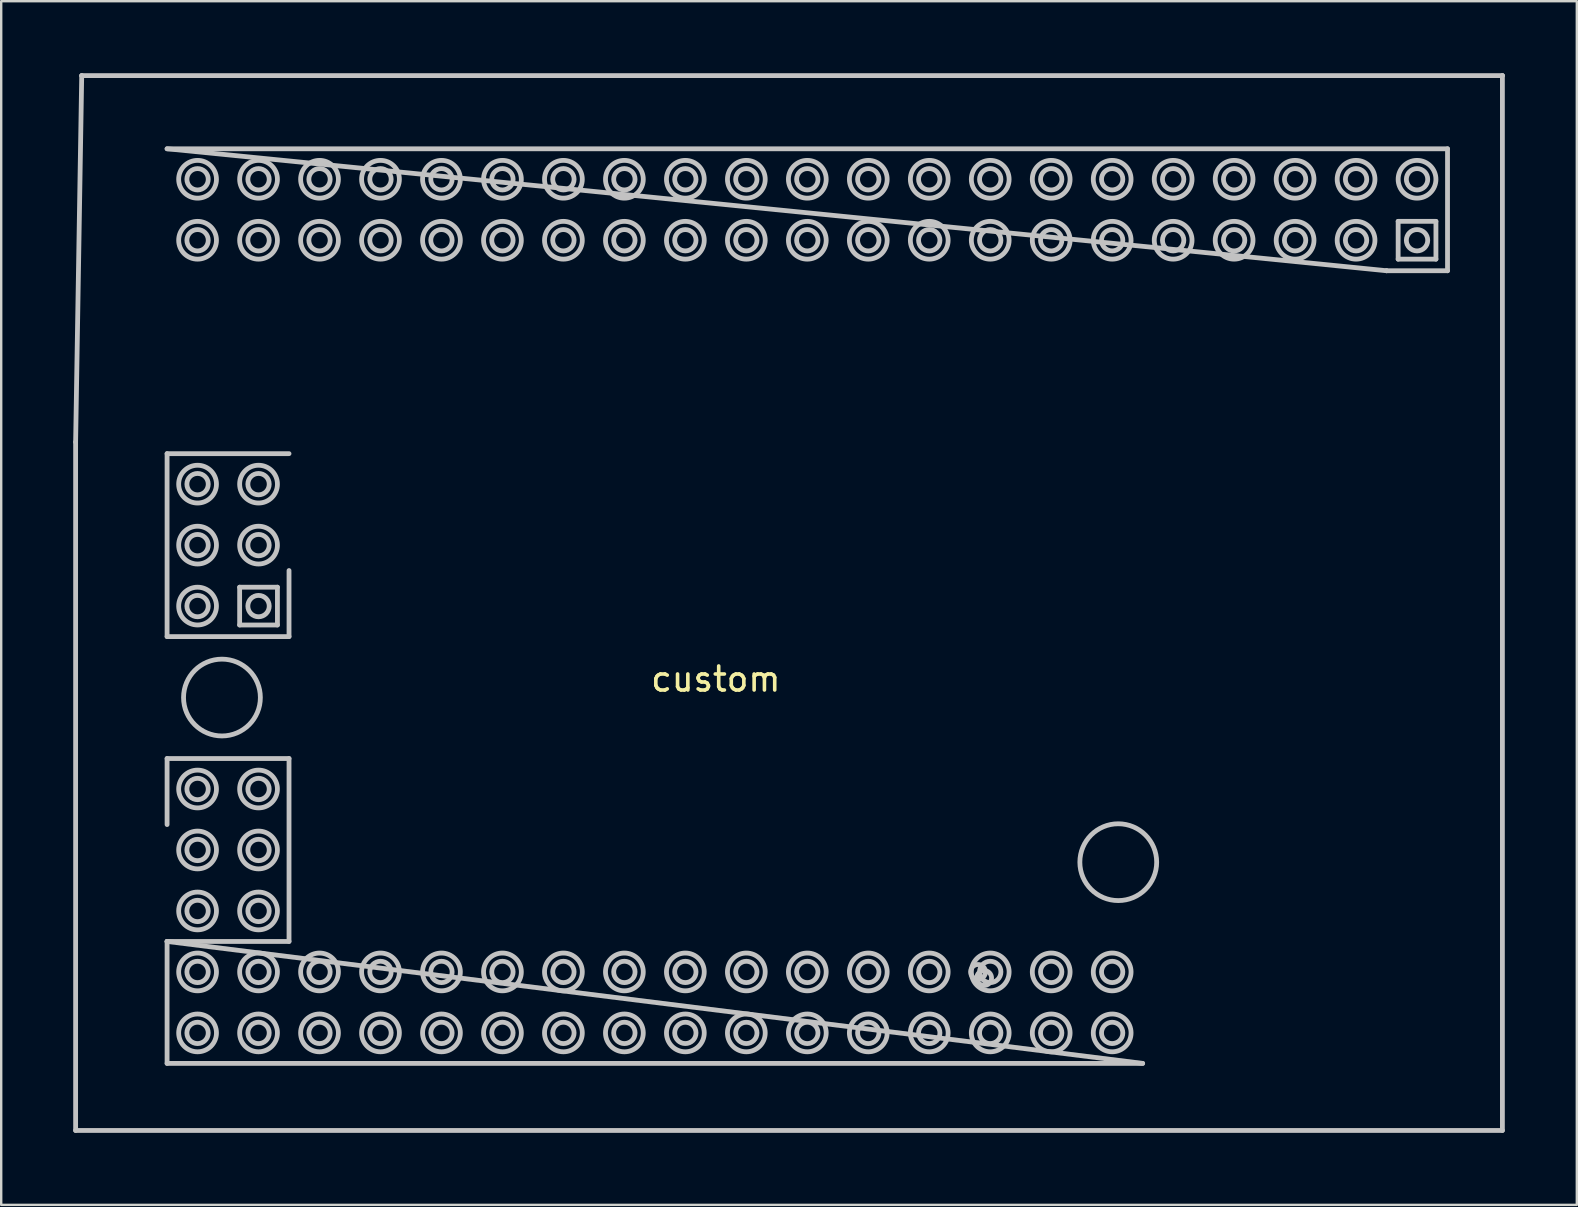
<source format=kicad_pcb>
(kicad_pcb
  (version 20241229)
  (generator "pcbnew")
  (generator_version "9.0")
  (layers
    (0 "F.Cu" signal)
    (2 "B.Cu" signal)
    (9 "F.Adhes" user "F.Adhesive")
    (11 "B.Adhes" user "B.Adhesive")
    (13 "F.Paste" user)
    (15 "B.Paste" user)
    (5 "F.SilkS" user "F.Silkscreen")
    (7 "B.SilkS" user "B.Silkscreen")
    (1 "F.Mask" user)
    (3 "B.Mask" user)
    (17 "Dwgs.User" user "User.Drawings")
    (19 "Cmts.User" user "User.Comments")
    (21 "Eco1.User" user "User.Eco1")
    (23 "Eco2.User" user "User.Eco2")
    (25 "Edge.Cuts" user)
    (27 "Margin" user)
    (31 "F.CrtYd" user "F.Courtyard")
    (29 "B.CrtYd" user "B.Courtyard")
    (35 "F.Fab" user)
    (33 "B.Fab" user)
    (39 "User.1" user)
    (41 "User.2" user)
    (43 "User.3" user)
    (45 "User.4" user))
  (footprint "custom"
    (layer "F.Cu")
    (at 26.77 24.738)
    (property "Reference" "custom" (at 0 0.5 0) (layer "F.SilkS") (effects (font (size 1 1) (thickness 0.15))))
    (attr through_hole)
    (fp_line (start -26.67 -9.375) (end -26.416 -24.638) (stroke (width 0.2) (type solid)) (layer "Dwgs.User"))
    (fp_line (start -26.67 19.304) (end -26.67 -9.375) (stroke (width 0.2) (type solid)) (layer "Dwgs.User"))
    (fp_line (start -26.416 -24.638) (end -26.416 -24.638) (stroke (width 0.2) (type solid)) (layer "Dwgs.User"))
    (fp_line (start -26.416 -24.638) (end 32.766 -24.638) (stroke (width 0.2) (type solid)) (layer "Dwgs.User"))
    (fp_line (start -22.86 -21.59) (end 27.94 -16.51) (stroke (width 0.2) (type solid)) (layer "Dwgs.User"))
    (fp_line (start -22.86 -8.89) (end -22.86 -1.27) (stroke (width 0.2) (type solid)) (layer "Dwgs.User"))
    (fp_line (start -22.86 -1.27) (end -17.78 -1.27) (stroke (width 0.2) (type solid)) (layer "Dwgs.User"))
    (fp_line (start -22.86 3.81) (end -22.86 6.561) (stroke (width 0.2) (type solid)) (layer "Dwgs.User"))
    (fp_line (start -22.86 11.43) (end -22.86 11.43) (stroke (width 0.2) (type solid)) (layer "Dwgs.User"))
    (fp_line (start -22.86 11.43) (end -22.86 16.51) (stroke (width 0.2) (type solid)) (layer "Dwgs.User"))
    (fp_line (start -22.86 11.43) (end -17.78 11.43) (stroke (width 0.2) (type solid)) (layer "Dwgs.User"))
    (fp_line (start -22.86 16.51) (end 17.78 16.51) (stroke (width 0.2) (type solid)) (layer "Dwgs.User"))
    (fp_line (start -19.837 -3.327) (end -18.263 -3.327) (stroke (width 0.2) (type solid)) (layer "Dwgs.User"))
    (fp_line (start -19.837 -1.753) (end -19.837 -3.327) (stroke (width 0.2) (type solid)) (layer "Dwgs.User"))
    (fp_line (start -18.263 -3.327) (end -18.263 -1.753) (stroke (width 0.2) (type solid)) (layer "Dwgs.User"))
    (fp_line (start -18.263 -1.753) (end -19.837 -1.753) (stroke (width 0.2) (type solid)) (layer "Dwgs.User"))
    (fp_line (start -17.78 -8.89) (end -22.86 -8.89) (stroke (width 0.2) (type solid)) (layer "Dwgs.User"))
    (fp_line (start -17.78 -1.27) (end -17.78 -4.021) (stroke (width 0.2) (type solid)) (layer "Dwgs.User"))
    (fp_line (start -17.78 3.81) (end -22.86 3.81) (stroke (width 0.2) (type solid)) (layer "Dwgs.User"))
    (fp_line (start -17.78 11.43) (end -17.78 3.81) (stroke (width 0.2) (type solid)) (layer "Dwgs.User"))
    (fp_line (start 17.78 16.51) (end -22.86 11.43) (stroke (width 0.2) (type solid)) (layer "Dwgs.User"))
    (fp_line (start 27.94 -16.51) (end 27.94 -16.51) (stroke (width 0.2) (type solid)) (layer "Dwgs.User"))
    (fp_line (start 27.94 -16.51) (end 30.48 -16.51) (stroke (width 0.2) (type solid)) (layer "Dwgs.User"))
    (fp_line (start 28.423 -18.567) (end 29.997 -18.567) (stroke (width 0.2) (type solid)) (layer "Dwgs.User"))
    (fp_line (start 28.423 -16.993) (end 28.423 -18.567) (stroke (width 0.2) (type solid)) (layer "Dwgs.User"))
    (fp_line (start 29.997 -18.567) (end 29.997 -16.993) (stroke (width 0.2) (type solid)) (layer "Dwgs.User"))
    (fp_line (start 29.997 -16.993) (end 28.423 -16.993) (stroke (width 0.2) (type solid)) (layer "Dwgs.User"))
    (fp_line (start 30.48 -21.59) (end -22.86 -21.59) (stroke (width 0.2) (type solid)) (layer "Dwgs.User"))
    (fp_line (start 30.48 -16.51) (end 30.48 -21.59) (stroke (width 0.2) (type solid)) (layer "Dwgs.User"))
    (fp_line (start 32.766 -24.638) (end 32.766 -24.638) (stroke (width 0.2) (type solid)) (layer "Dwgs.User"))
    (fp_line (start 32.766 -24.638) (end 32.766 19.304) (stroke (width 0.2) (type solid)) (layer "Dwgs.User"))
    (fp_line (start 32.766 19.304) (end -26.67 19.304) (stroke (width 0.2) (type solid)) (layer "Dwgs.User"))
    (fp_circle (center -21.59 -20.32) (end -21.145 -20.32) (stroke (width 0.2) (type solid)) (fill no) (layer "Dwgs.User"))
    (fp_circle (center -21.59 -20.32) (end -20.803 -20.32) (stroke (width 0.2) (type solid)) (fill no) (layer "Dwgs.User"))
    (fp_circle (center -21.59 -17.78) (end -21.145 -17.78) (stroke (width 0.2) (type solid)) (fill no) (layer "Dwgs.User"))
    (fp_circle (center -21.59 -17.78) (end -20.803 -17.78) (stroke (width 0.2) (type solid)) (fill no) (layer "Dwgs.User"))
    (fp_circle (center -21.59 -7.62) (end -21.145 -7.62) (stroke (width 0.2) (type solid)) (fill no) (layer "Dwgs.User"))
    (fp_circle (center -21.59 -7.62) (end -20.803 -7.62) (stroke (width 0.2) (type solid)) (fill no) (layer "Dwgs.User"))
    (fp_circle (center -21.59 -5.08) (end -21.145 -5.08) (stroke (width 0.2) (type solid)) (fill no) (layer "Dwgs.User"))
    (fp_circle (center -21.59 -5.08) (end -20.803 -5.08) (stroke (width 0.2) (type solid)) (fill no) (layer "Dwgs.User"))
    (fp_circle (center -21.59 -2.54) (end -21.145 -2.54) (stroke (width 0.2) (type solid)) (fill no) (layer "Dwgs.User"))
    (fp_circle (center -21.59 -2.54) (end -20.803 -2.54) (stroke (width 0.2) (type solid)) (fill no) (layer "Dwgs.User"))
    (fp_circle (center -21.59 5.08) (end -21.145 5.08) (stroke (width 0.2) (type solid)) (fill no) (layer "Dwgs.User"))
    (fp_circle (center -21.59 5.08) (end -20.803 5.08) (stroke (width 0.2) (type solid)) (fill no) (layer "Dwgs.User"))
    (fp_circle (center -21.59 7.62) (end -21.145 7.62) (stroke (width 0.2) (type solid)) (fill no) (layer "Dwgs.User"))
    (fp_circle (center -21.59 7.62) (end -20.803 7.62) (stroke (width 0.2) (type solid)) (fill no) (layer "Dwgs.User"))
    (fp_circle (center -21.59 10.16) (end -21.145 10.16) (stroke (width 0.2) (type solid)) (fill no) (layer "Dwgs.User"))
    (fp_circle (center -21.59 10.16) (end -20.803 10.16) (stroke (width 0.2) (type solid)) (fill no) (layer "Dwgs.User"))
    (fp_circle (center -21.59 12.7) (end -21.145 12.7) (stroke (width 0.2) (type solid)) (fill no) (layer "Dwgs.User"))
    (fp_circle (center -21.59 12.7) (end -20.803 12.7) (stroke (width 0.2) (type solid)) (fill no) (layer "Dwgs.User"))
    (fp_circle (center -21.59 15.24) (end -21.145 15.24) (stroke (width 0.2) (type solid)) (fill no) (layer "Dwgs.User"))
    (fp_circle (center -21.59 15.24) (end -20.803 15.24) (stroke (width 0.2) (type solid)) (fill no) (layer "Dwgs.User"))
    (fp_circle (center -20.574 1.27) (end -18.974 1.27) (stroke (width 0.2) (type solid)) (fill no) (layer "Dwgs.User"))
    (fp_circle (center -19.05 -20.32) (end -18.605 -20.32) (stroke (width 0.2) (type solid)) (fill no) (layer "Dwgs.User"))
    (fp_circle (center -19.05 -20.32) (end -18.263 -20.32) (stroke (width 0.2) (type solid)) (fill no) (layer "Dwgs.User"))
    (fp_circle (center -19.05 -17.78) (end -18.605 -17.78) (stroke (width 0.2) (type solid)) (fill no) (layer "Dwgs.User"))
    (fp_circle (center -19.05 -17.78) (end -18.263 -17.78) (stroke (width 0.2) (type solid)) (fill no) (layer "Dwgs.User"))
    (fp_circle (center -19.05 -7.62) (end -18.605 -7.62) (stroke (width 0.2) (type solid)) (fill no) (layer "Dwgs.User"))
    (fp_circle (center -19.05 -7.62) (end -18.263 -7.62) (stroke (width 0.2) (type solid)) (fill no) (layer "Dwgs.User"))
    (fp_circle (center -19.05 -5.08) (end -18.605 -5.08) (stroke (width 0.2) (type solid)) (fill no) (layer "Dwgs.User"))
    (fp_circle (center -19.05 -5.08) (end -18.263 -5.08) (stroke (width 0.2) (type solid)) (fill no) (layer "Dwgs.User"))
    (fp_circle (center -19.05 -2.54) (end -18.605 -2.54) (stroke (width 0.2) (type solid)) (fill no) (layer "Dwgs.User"))
    (fp_circle (center -19.05 5.08) (end -18.605 5.08) (stroke (width 0.2) (type solid)) (fill no) (layer "Dwgs.User"))
    (fp_circle (center -19.05 5.08) (end -18.263 5.08) (stroke (width 0.2) (type solid)) (fill no) (layer "Dwgs.User"))
    (fp_circle (center -19.05 7.62) (end -18.605 7.62) (stroke (width 0.2) (type solid)) (fill no) (layer "Dwgs.User"))
    (fp_circle (center -19.05 7.62) (end -18.263 7.62) (stroke (width 0.2) (type solid)) (fill no) (layer "Dwgs.User"))
    (fp_circle (center -19.05 10.16) (end -18.605 10.16) (stroke (width 0.2) (type solid)) (fill no) (layer "Dwgs.User"))
    (fp_circle (center -19.05 10.16) (end -18.263 10.16) (stroke (width 0.2) (type solid)) (fill no) (layer "Dwgs.User"))
    (fp_circle (center -19.05 12.7) (end -18.605 12.7) (stroke (width 0.2) (type solid)) (fill no) (layer "Dwgs.User"))
    (fp_circle (center -19.05 12.7) (end -18.263 12.7) (stroke (width 0.2) (type solid)) (fill no) (layer "Dwgs.User"))
    (fp_circle (center -19.05 15.24) (end -18.605 15.24) (stroke (width 0.2) (type solid)) (fill no) (layer "Dwgs.User"))
    (fp_circle (center -19.05 15.24) (end -18.263 15.24) (stroke (width 0.2) (type solid)) (fill no) (layer "Dwgs.User"))
    (fp_circle (center -16.51 -20.32) (end -16.066 -20.32) (stroke (width 0.2) (type solid)) (fill no) (layer "Dwgs.User"))
    (fp_circle (center -16.51 -20.32) (end -15.723 -20.32) (stroke (width 0.2) (type solid)) (fill no) (layer "Dwgs.User"))
    (fp_circle (center -16.51 -17.78) (end -16.066 -17.78) (stroke (width 0.2) (type solid)) (fill no) (layer "Dwgs.User"))
    (fp_circle (center -16.51 -17.78) (end -15.723 -17.78) (stroke (width 0.2) (type solid)) (fill no) (layer "Dwgs.User"))
    (fp_circle (center -16.51 12.7) (end -16.066 12.7) (stroke (width 0.2) (type solid)) (fill no) (layer "Dwgs.User"))
    (fp_circle (center -16.51 12.7) (end -15.723 12.7) (stroke (width 0.2) (type solid)) (fill no) (layer "Dwgs.User"))
    (fp_circle (center -16.51 15.24) (end -16.066 15.24) (stroke (width 0.2) (type solid)) (fill no) (layer "Dwgs.User"))
    (fp_circle (center -16.51 15.24) (end -15.723 15.24) (stroke (width 0.2) (type solid)) (fill no) (layer "Dwgs.User"))
    (fp_circle (center -13.97 -20.32) (end -13.525 -20.32) (stroke (width 0.2) (type solid)) (fill no) (layer "Dwgs.User"))
    (fp_circle (center -13.97 -20.32) (end -13.183 -20.32) (stroke (width 0.2) (type solid)) (fill no) (layer "Dwgs.User"))
    (fp_circle (center -13.97 -17.78) (end -13.525 -17.78) (stroke (width 0.2) (type solid)) (fill no) (layer "Dwgs.User"))
    (fp_circle (center -13.97 -17.78) (end -13.183 -17.78) (stroke (width 0.2) (type solid)) (fill no) (layer "Dwgs.User"))
    (fp_circle (center -13.97 12.7) (end -13.525 12.7) (stroke (width 0.2) (type solid)) (fill no) (layer "Dwgs.User"))
    (fp_circle (center -13.97 12.7) (end -13.183 12.7) (stroke (width 0.2) (type solid)) (fill no) (layer "Dwgs.User"))
    (fp_circle (center -13.97 15.24) (end -13.525 15.24) (stroke (width 0.2) (type solid)) (fill no) (layer "Dwgs.User"))
    (fp_circle (center -13.97 15.24) (end -13.183 15.24) (stroke (width 0.2) (type solid)) (fill no) (layer "Dwgs.User"))
    (fp_circle (center -11.43 -20.32) (end -10.985 -20.32) (stroke (width 0.2) (type solid)) (fill no) (layer "Dwgs.User"))
    (fp_circle (center -11.43 -20.32) (end -10.643 -20.32) (stroke (width 0.2) (type solid)) (fill no) (layer "Dwgs.User"))
    (fp_circle (center -11.43 -17.78) (end -10.985 -17.78) (stroke (width 0.2) (type solid)) (fill no) (layer "Dwgs.User"))
    (fp_circle (center -11.43 -17.78) (end -10.643 -17.78) (stroke (width 0.2) (type solid)) (fill no) (layer "Dwgs.User"))
    (fp_circle (center -11.43 12.7) (end -10.985 12.7) (stroke (width 0.2) (type solid)) (fill no) (layer "Dwgs.User"))
    (fp_circle (center -11.43 12.7) (end -10.643 12.7) (stroke (width 0.2) (type solid)) (fill no) (layer "Dwgs.User"))
    (fp_circle (center -11.43 15.24) (end -10.985 15.24) (stroke (width 0.2) (type solid)) (fill no) (layer "Dwgs.User"))
    (fp_circle (center -11.43 15.24) (end -10.643 15.24) (stroke (width 0.2) (type solid)) (fill no) (layer "Dwgs.User"))
    (fp_circle (center -8.89 -20.32) (end -8.445 -20.32) (stroke (width 0.2) (type solid)) (fill no) (layer "Dwgs.User"))
    (fp_circle (center -8.89 -20.32) (end -8.103 -20.32) (stroke (width 0.2) (type solid)) (fill no) (layer "Dwgs.User"))
    (fp_circle (center -8.89 -17.78) (end -8.445 -17.78) (stroke (width 0.2) (type solid)) (fill no) (layer "Dwgs.User"))
    (fp_circle (center -8.89 -17.78) (end -8.103 -17.78) (stroke (width 0.2) (type solid)) (fill no) (layer "Dwgs.User"))
    (fp_circle (center -8.89 12.7) (end -8.445 12.7) (stroke (width 0.2) (type solid)) (fill no) (layer "Dwgs.User"))
    (fp_circle (center -8.89 12.7) (end -8.103 12.7) (stroke (width 0.2) (type solid)) (fill no) (layer "Dwgs.User"))
    (fp_circle (center -8.89 15.24) (end -8.445 15.24) (stroke (width 0.2) (type solid)) (fill no) (layer "Dwgs.User"))
    (fp_circle (center -8.89 15.24) (end -8.103 15.24) (stroke (width 0.2) (type solid)) (fill no) (layer "Dwgs.User"))
    (fp_circle (center -6.35 -20.32) (end -5.905 -20.32) (stroke (width 0.2) (type solid)) (fill no) (layer "Dwgs.User"))
    (fp_circle (center -6.35 -20.32) (end -5.563 -20.32) (stroke (width 0.2) (type solid)) (fill no) (layer "Dwgs.User"))
    (fp_circle (center -6.35 -17.78) (end -5.905 -17.78) (stroke (width 0.2) (type solid)) (fill no) (layer "Dwgs.User"))
    (fp_circle (center -6.35 -17.78) (end -5.563 -17.78) (stroke (width 0.2) (type solid)) (fill no) (layer "Dwgs.User"))
    (fp_circle (center -6.35 12.7) (end -5.905 12.7) (stroke (width 0.2) (type solid)) (fill no) (layer "Dwgs.User"))
    (fp_circle (center -6.35 12.7) (end -5.563 12.7) (stroke (width 0.2) (type solid)) (fill no) (layer "Dwgs.User"))
    (fp_circle (center -6.35 15.24) (end -5.905 15.24) (stroke (width 0.2) (type solid)) (fill no) (layer "Dwgs.User"))
    (fp_circle (center -6.35 15.24) (end -5.563 15.24) (stroke (width 0.2) (type solid)) (fill no) (layer "Dwgs.User"))
    (fp_circle (center -3.81 -20.32) (end -3.365 -20.32) (stroke (width 0.2) (type solid)) (fill no) (layer "Dwgs.User"))
    (fp_circle (center -3.81 -20.32) (end -3.023 -20.32) (stroke (width 0.2) (type solid)) (fill no) (layer "Dwgs.User"))
    (fp_circle (center -3.81 -17.78) (end -3.365 -17.78) (stroke (width 0.2) (type solid)) (fill no) (layer "Dwgs.User"))
    (fp_circle (center -3.81 -17.78) (end -3.023 -17.78) (stroke (width 0.2) (type solid)) (fill no) (layer "Dwgs.User"))
    (fp_circle (center -3.81 12.7) (end -3.365 12.7) (stroke (width 0.2) (type solid)) (fill no) (layer "Dwgs.User"))
    (fp_circle (center -3.81 12.7) (end -3.023 12.7) (stroke (width 0.2) (type solid)) (fill no) (layer "Dwgs.User"))
    (fp_circle (center -3.81 15.24) (end -3.365 15.24) (stroke (width 0.2) (type solid)) (fill no) (layer "Dwgs.User"))
    (fp_circle (center -3.81 15.24) (end -3.023 15.24) (stroke (width 0.2) (type solid)) (fill no) (layer "Dwgs.User"))
    (fp_circle (center -1.27 -20.32) (end -0.826 -20.32) (stroke (width 0.2) (type solid)) (fill no) (layer "Dwgs.User"))
    (fp_circle (center -1.27 -20.32) (end -0.483 -20.32) (stroke (width 0.2) (type solid)) (fill no) (layer "Dwgs.User"))
    (fp_circle (center -1.27 -17.78) (end -0.826 -17.78) (stroke (width 0.2) (type solid)) (fill no) (layer "Dwgs.User"))
    (fp_circle (center -1.27 -17.78) (end -0.483 -17.78) (stroke (width 0.2) (type solid)) (fill no) (layer "Dwgs.User"))
    (fp_circle (center -1.27 12.7) (end -0.826 12.7) (stroke (width 0.2) (type solid)) (fill no) (layer "Dwgs.User"))
    (fp_circle (center -1.27 12.7) (end -0.483 12.7) (stroke (width 0.2) (type solid)) (fill no) (layer "Dwgs.User"))
    (fp_circle (center -1.27 15.24) (end -0.826 15.24) (stroke (width 0.2) (type solid)) (fill no) (layer "Dwgs.User"))
    (fp_circle (center -1.27 15.24) (end -0.483 15.24) (stroke (width 0.2) (type solid)) (fill no) (layer "Dwgs.User"))
    (fp_circle (center 1.27 -20.32) (end 1.714 -20.32) (stroke (width 0.2) (type solid)) (fill no) (layer "Dwgs.User"))
    (fp_circle (center 1.27 -20.32) (end 2.057 -20.32) (stroke (width 0.2) (type solid)) (fill no) (layer "Dwgs.User"))
    (fp_circle (center 1.27 -17.78) (end 1.714 -17.78) (stroke (width 0.2) (type solid)) (fill no) (layer "Dwgs.User"))
    (fp_circle (center 1.27 -17.78) (end 2.057 -17.78) (stroke (width 0.2) (type solid)) (fill no) (layer "Dwgs.User"))
    (fp_circle (center 1.27 12.7) (end 1.714 12.7) (stroke (width 0.2) (type solid)) (fill no) (layer "Dwgs.User"))
    (fp_circle (center 1.27 12.7) (end 2.057 12.7) (stroke (width 0.2) (type solid)) (fill no) (layer "Dwgs.User"))
    (fp_circle (center 1.27 15.24) (end 1.714 15.24) (stroke (width 0.2) (type solid)) (fill no) (layer "Dwgs.User"))
    (fp_circle (center 1.27 15.24) (end 2.057 15.24) (stroke (width 0.2) (type solid)) (fill no) (layer "Dwgs.User"))
    (fp_circle (center 3.81 -20.32) (end 4.255 -20.32) (stroke (width 0.2) (type solid)) (fill no) (layer "Dwgs.User"))
    (fp_circle (center 3.81 -20.32) (end 4.597 -20.32) (stroke (width 0.2) (type solid)) (fill no) (layer "Dwgs.User"))
    (fp_circle (center 3.81 -17.78) (end 4.255 -17.78) (stroke (width 0.2) (type solid)) (fill no) (layer "Dwgs.User"))
    (fp_circle (center 3.81 -17.78) (end 4.597 -17.78) (stroke (width 0.2) (type solid)) (fill no) (layer "Dwgs.User"))
    (fp_circle (center 3.81 12.7) (end 4.255 12.7) (stroke (width 0.2) (type solid)) (fill no) (layer "Dwgs.User"))
    (fp_circle (center 3.81 12.7) (end 4.597 12.7) (stroke (width 0.2) (type solid)) (fill no) (layer "Dwgs.User"))
    (fp_circle (center 3.81 15.24) (end 4.255 15.24) (stroke (width 0.2) (type solid)) (fill no) (layer "Dwgs.User"))
    (fp_circle (center 3.81 15.24) (end 4.597 15.24) (stroke (width 0.2) (type solid)) (fill no) (layer "Dwgs.User"))
    (fp_circle (center 6.35 -20.32) (end 6.795 -20.32) (stroke (width 0.2) (type solid)) (fill no) (layer "Dwgs.User"))
    (fp_circle (center 6.35 -20.32) (end 7.137 -20.32) (stroke (width 0.2) (type solid)) (fill no) (layer "Dwgs.User"))
    (fp_circle (center 6.35 -17.78) (end 6.795 -17.78) (stroke (width 0.2) (type solid)) (fill no) (layer "Dwgs.User"))
    (fp_circle (center 6.35 -17.78) (end 7.137 -17.78) (stroke (width 0.2) (type solid)) (fill no) (layer "Dwgs.User"))
    (fp_circle (center 6.35 12.7) (end 6.795 12.7) (stroke (width 0.2) (type solid)) (fill no) (layer "Dwgs.User"))
    (fp_circle (center 6.35 12.7) (end 7.137 12.7) (stroke (width 0.2) (type solid)) (fill no) (layer "Dwgs.User"))
    (fp_circle (center 6.35 15.24) (end 6.795 15.24) (stroke (width 0.2) (type solid)) (fill no) (layer "Dwgs.User"))
    (fp_circle (center 6.35 15.24) (end 7.137 15.24) (stroke (width 0.2) (type solid)) (fill no) (layer "Dwgs.User"))
    (fp_circle (center 8.89 -20.32) (end 9.335 -20.32) (stroke (width 0.2) (type solid)) (fill no) (layer "Dwgs.User"))
    (fp_circle (center 8.89 -20.32) (end 9.677 -20.32) (stroke (width 0.2) (type solid)) (fill no) (layer "Dwgs.User"))
    (fp_circle (center 8.89 -17.78) (end 9.335 -17.78) (stroke (width 0.2) (type solid)) (fill no) (layer "Dwgs.User"))
    (fp_circle (center 8.89 -17.78) (end 9.677 -17.78) (stroke (width 0.2) (type solid)) (fill no) (layer "Dwgs.User"))
    (fp_circle (center 8.89 12.7) (end 9.335 12.7) (stroke (width 0.2) (type solid)) (fill no) (layer "Dwgs.User"))
    (fp_circle (center 8.89 12.7) (end 9.677 12.7) (stroke (width 0.2) (type solid)) (fill no) (layer "Dwgs.User"))
    (fp_circle (center 8.89 15.24) (end 9.335 15.24) (stroke (width 0.2) (type solid)) (fill no) (layer "Dwgs.User"))
    (fp_circle (center 8.89 15.24) (end 9.677 15.24) (stroke (width 0.2) (type solid)) (fill no) (layer "Dwgs.User"))
    (fp_circle (center 10.922 12.7) (end 11.232 12.7) (stroke (width 0.2) (type solid)) (fill no) (layer "Dwgs.User"))
    (fp_circle (center 11.176 12.954) (end 11.486 12.954) (stroke (width 0.2) (type solid)) (fill no) (layer "Dwgs.User"))
    (fp_circle (center 11.43 -20.32) (end 11.875 -20.32) (stroke (width 0.2) (type solid)) (fill no) (layer "Dwgs.User"))
    (fp_circle (center 11.43 -20.32) (end 12.217 -20.32) (stroke (width 0.2) (type solid)) (fill no) (layer "Dwgs.User"))
    (fp_circle (center 11.43 -17.78) (end 11.875 -17.78) (stroke (width 0.2) (type solid)) (fill no) (layer "Dwgs.User"))
    (fp_circle (center 11.43 -17.78) (end 12.217 -17.78) (stroke (width 0.2) (type solid)) (fill no) (layer "Dwgs.User"))
    (fp_circle (center 11.43 12.7) (end 11.875 12.7) (stroke (width 0.2) (type solid)) (fill no) (layer "Dwgs.User"))
    (fp_circle (center 11.43 12.7) (end 12.217 12.7) (stroke (width 0.2) (type solid)) (fill no) (layer "Dwgs.User"))
    (fp_circle (center 11.43 15.24) (end 11.875 15.24) (stroke (width 0.2) (type solid)) (fill no) (layer "Dwgs.User"))
    (fp_circle (center 11.43 15.24) (end 12.217 15.24) (stroke (width 0.2) (type solid)) (fill no) (layer "Dwgs.User"))
    (fp_circle (center 13.97 -20.32) (end 14.415 -20.32) (stroke (width 0.2) (type solid)) (fill no) (layer "Dwgs.User"))
    (fp_circle (center 13.97 -20.32) (end 14.757 -20.32) (stroke (width 0.2) (type solid)) (fill no) (layer "Dwgs.User"))
    (fp_circle (center 13.97 -17.78) (end 14.415 -17.78) (stroke (width 0.2) (type solid)) (fill no) (layer "Dwgs.User"))
    (fp_circle (center 13.97 -17.78) (end 14.757 -17.78) (stroke (width 0.2) (type solid)) (fill no) (layer "Dwgs.User"))
    (fp_circle (center 13.97 12.7) (end 14.415 12.7) (stroke (width 0.2) (type solid)) (fill no) (layer "Dwgs.User"))
    (fp_circle (center 13.97 12.7) (end 14.757 12.7) (stroke (width 0.2) (type solid)) (fill no) (layer "Dwgs.User"))
    (fp_circle (center 13.97 15.24) (end 14.415 15.24) (stroke (width 0.2) (type solid)) (fill no) (layer "Dwgs.User"))
    (fp_circle (center 13.97 15.24) (end 14.757 15.24) (stroke (width 0.2) (type solid)) (fill no) (layer "Dwgs.User"))
    (fp_circle (center 16.51 -20.32) (end 16.954 -20.32) (stroke (width 0.2) (type solid)) (fill no) (layer "Dwgs.User"))
    (fp_circle (center 16.51 -20.32) (end 17.297 -20.32) (stroke (width 0.2) (type solid)) (fill no) (layer "Dwgs.User"))
    (fp_circle (center 16.51 -17.78) (end 16.954 -17.78) (stroke (width 0.2) (type solid)) (fill no) (layer "Dwgs.User"))
    (fp_circle (center 16.51 -17.78) (end 17.297 -17.78) (stroke (width 0.2) (type solid)) (fill no) (layer "Dwgs.User"))
    (fp_circle (center 16.51 12.7) (end 16.954 12.7) (stroke (width 0.2) (type solid)) (fill no) (layer "Dwgs.User"))
    (fp_circle (center 16.51 12.7) (end 17.297 12.7) (stroke (width 0.2) (type solid)) (fill no) (layer "Dwgs.User"))
    (fp_circle (center 16.51 15.24) (end 16.954 15.24) (stroke (width 0.2) (type solid)) (fill no) (layer "Dwgs.User"))
    (fp_circle (center 16.51 15.24) (end 17.297 15.24) (stroke (width 0.2) (type solid)) (fill no) (layer "Dwgs.User"))
    (fp_circle (center 16.764 8.128) (end 18.364 8.128) (stroke (width 0.2) (type solid)) (fill no) (layer "Dwgs.User"))
    (fp_circle (center 19.05 -20.32) (end 19.495 -20.32) (stroke (width 0.2) (type solid)) (fill no) (layer "Dwgs.User"))
    (fp_circle (center 19.05 -20.32) (end 19.837 -20.32) (stroke (width 0.2) (type solid)) (fill no) (layer "Dwgs.User"))
    (fp_circle (center 19.05 -17.78) (end 19.495 -17.78) (stroke (width 0.2) (type solid)) (fill no) (layer "Dwgs.User"))
    (fp_circle (center 19.05 -17.78) (end 19.837 -17.78) (stroke (width 0.2) (type solid)) (fill no) (layer "Dwgs.User"))
    (fp_circle (center 21.59 -20.32) (end 22.035 -20.32) (stroke (width 0.2) (type solid)) (fill no) (layer "Dwgs.User"))
    (fp_circle (center 21.59 -20.32) (end 22.377 -20.32) (stroke (width 0.2) (type solid)) (fill no) (layer "Dwgs.User"))
    (fp_circle (center 21.59 -17.78) (end 22.035 -17.78) (stroke (width 0.2) (type solid)) (fill no) (layer "Dwgs.User"))
    (fp_circle (center 21.59 -17.78) (end 22.377 -17.78) (stroke (width 0.2) (type solid)) (fill no) (layer "Dwgs.User"))
    (fp_circle (center 24.13 -20.32) (end 24.575 -20.32) (stroke (width 0.2) (type solid)) (fill no) (layer "Dwgs.User"))
    (fp_circle (center 24.13 -20.32) (end 24.917 -20.32) (stroke (width 0.2) (type solid)) (fill no) (layer "Dwgs.User"))
    (fp_circle (center 24.13 -17.78) (end 24.575 -17.78) (stroke (width 0.2) (type solid)) (fill no) (layer "Dwgs.User"))
    (fp_circle (center 24.13 -17.78) (end 24.917 -17.78) (stroke (width 0.2) (type solid)) (fill no) (layer "Dwgs.User"))
    (fp_circle (center 26.67 -20.32) (end 27.115 -20.32) (stroke (width 0.2) (type solid)) (fill no) (layer "Dwgs.User"))
    (fp_circle (center 26.67 -20.32) (end 27.457 -20.32) (stroke (width 0.2) (type solid)) (fill no) (layer "Dwgs.User"))
    (fp_circle (center 26.67 -17.78) (end 27.115 -17.78) (stroke (width 0.2) (type solid)) (fill no) (layer "Dwgs.User"))
    (fp_circle (center 26.67 -17.78) (end 27.457 -17.78) (stroke (width 0.2) (type solid)) (fill no) (layer "Dwgs.User"))
    (fp_circle (center 29.21 -20.32) (end 29.655 -20.32) (stroke (width 0.2) (type solid)) (fill no) (layer "Dwgs.User"))
    (fp_circle (center 29.21 -20.32) (end 29.997 -20.32) (stroke (width 0.2) (type solid)) (fill no) (layer "Dwgs.User"))
    (fp_circle (center 29.21 -17.78) (end 29.655 -17.78) (stroke (width 0.2) (type solid)) (fill no) (layer "Dwgs.User")))
  (gr_rect
    (start -3 -3)
    (end 62.636 47.142)
    (stroke (width 0.1) (type default))
    (fill no)
    (layer "Edge.Cuts")))
</source>
